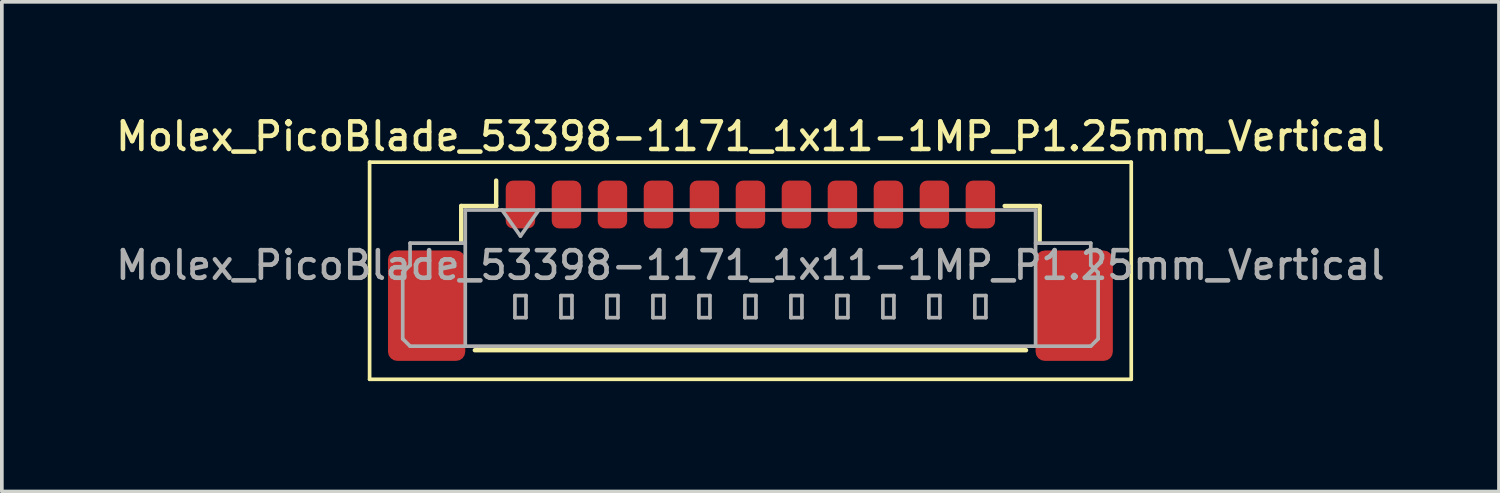
<source format=kicad_pcb>
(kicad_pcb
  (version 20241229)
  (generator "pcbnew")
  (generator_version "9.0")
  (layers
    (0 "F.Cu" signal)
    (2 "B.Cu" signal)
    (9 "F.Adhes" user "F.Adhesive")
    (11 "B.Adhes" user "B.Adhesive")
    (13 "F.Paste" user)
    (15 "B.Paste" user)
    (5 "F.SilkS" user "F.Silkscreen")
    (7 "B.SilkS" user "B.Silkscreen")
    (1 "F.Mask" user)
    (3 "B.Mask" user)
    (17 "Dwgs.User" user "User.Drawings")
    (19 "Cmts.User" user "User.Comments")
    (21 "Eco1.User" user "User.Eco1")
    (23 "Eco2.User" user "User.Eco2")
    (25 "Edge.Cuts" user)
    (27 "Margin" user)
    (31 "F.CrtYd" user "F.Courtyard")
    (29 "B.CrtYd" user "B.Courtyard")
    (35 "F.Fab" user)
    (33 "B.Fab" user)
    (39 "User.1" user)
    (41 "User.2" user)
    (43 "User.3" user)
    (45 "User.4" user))
  (footprint "Molex_PicoBlade_53398-1171_1x11-1MP_P1.25mm_Vertical"
    (layer "F.Cu")
    (at 17.345 3.758)
    (property "Reference" "Molex_PicoBlade_53398-1171_1x11-1MP_P1.25mm_Vertical" (at 0 -3.1 0) (layer "F.SilkS") (effects (font (size 0.75 0.75) (thickness 0.125))))
    (attr smd)
    (fp_line (start -10.35 -2.4) (end -10.35 3.5) (stroke (width 0.1) (type solid)) (layer "F.SilkS"))
    (fp_line (start -10.35 3.5) (end 10.35 3.5) (stroke (width 0.1) (type solid)) (layer "F.SilkS"))
    (fp_line (start -7.86 -1.21) (end -6.91 -1.21) (stroke (width 0.12) (type solid)) (layer "F.SilkS"))
    (fp_line (start -7.86 -0.26) (end -7.86 -1.21) (stroke (width 0.12) (type solid)) (layer "F.SilkS"))
    (fp_line (start -7.49 2.71) (end 7.49 2.71) (stroke (width 0.12) (type solid)) (layer "F.SilkS"))
    (fp_line (start -6.91 -1.21) (end -6.91 -1.9) (stroke (width 0.12) (type solid)) (layer "F.SilkS"))
    (fp_line (start 7.86 -1.21) (end 6.91 -1.21) (stroke (width 0.12) (type solid)) (layer "F.SilkS"))
    (fp_line (start 7.86 -0.26) (end 7.86 -1.21) (stroke (width 0.12) (type solid)) (layer "F.SilkS"))
    (fp_line (start 10.35 -2.4) (end -10.35 -2.4) (stroke (width 0.1) (type solid)) (layer "F.SilkS"))
    (fp_line (start 10.35 3.5) (end 10.35 -2.4) (stroke (width 0.1) (type solid)) (layer "F.SilkS"))
    (fp_line (start -9.45 0.6) (end -9.25 0.4) (stroke (width 0.1) (type solid)) (layer "F.Fab"))
    (fp_line (start -9.45 2.4) (end -9.45 0.6) (stroke (width 0.1) (type solid)) (layer "F.Fab"))
    (fp_line (start -9.25 -0.2) (end -7.75 -0.2) (stroke (width 0.1) (type solid)) (layer "F.Fab"))
    (fp_line (start -9.25 0.4) (end -9.25 -0.2) (stroke (width 0.1) (type solid)) (layer "F.Fab"))
    (fp_line (start -9.25 2.6) (end -9.45 2.4) (stroke (width 0.1) (type solid)) (layer "F.Fab"))
    (fp_line (start -7.75 -1.1) (end -7.75 2.6) (stroke (width 0.1) (type solid)) (layer "F.Fab"))
    (fp_line (start -7.75 -1.1) (end 7.75 -1.1) (stroke (width 0.1) (type solid)) (layer "F.Fab"))
    (fp_line (start -7.75 2.6) (end -9.25 2.6) (stroke (width 0.1) (type solid)) (layer "F.Fab"))
    (fp_line (start -7.75 2.6) (end 7.75 2.6) (stroke (width 0.1) (type solid)) (layer "F.Fab"))
    (fp_line (start -6.75 -1.1) (end -6.25 -0.393) (stroke (width 0.1) (type solid)) (layer "F.Fab"))
    (fp_line (start -6.4 1.225) (end -6.4 1.825) (stroke (width 0.1) (type solid)) (layer "F.Fab"))
    (fp_line (start -6.4 1.825) (end -6.1 1.825) (stroke (width 0.1) (type solid)) (layer "F.Fab"))
    (fp_line (start -6.25 -0.393) (end -5.75 -1.1) (stroke (width 0.1) (type solid)) (layer "F.Fab"))
    (fp_line (start -6.1 1.225) (end -6.4 1.225) (stroke (width 0.1) (type solid)) (layer "F.Fab"))
    (fp_line (start -6.1 1.825) (end -6.1 1.225) (stroke (width 0.1) (type solid)) (layer "F.Fab"))
    (fp_line (start -5.15 1.225) (end -5.15 1.825) (stroke (width 0.1) (type solid)) (layer "F.Fab"))
    (fp_line (start -5.15 1.825) (end -4.85 1.825) (stroke (width 0.1) (type solid)) (layer "F.Fab"))
    (fp_line (start -4.85 1.225) (end -5.15 1.225) (stroke (width 0.1) (type solid)) (layer "F.Fab"))
    (fp_line (start -4.85 1.825) (end -4.85 1.225) (stroke (width 0.1) (type solid)) (layer "F.Fab"))
    (fp_line (start -3.9 1.225) (end -3.9 1.825) (stroke (width 0.1) (type solid)) (layer "F.Fab"))
    (fp_line (start -3.9 1.825) (end -3.6 1.825) (stroke (width 0.1) (type solid)) (layer "F.Fab"))
    (fp_line (start -3.6 1.225) (end -3.9 1.225) (stroke (width 0.1) (type solid)) (layer "F.Fab"))
    (fp_line (start -3.6 1.825) (end -3.6 1.225) (stroke (width 0.1) (type solid)) (layer "F.Fab"))
    (fp_line (start -2.65 1.225) (end -2.65 1.825) (stroke (width 0.1) (type solid)) (layer "F.Fab"))
    (fp_line (start -2.65 1.825) (end -2.35 1.825) (stroke (width 0.1) (type solid)) (layer "F.Fab"))
    (fp_line (start -2.35 1.225) (end -2.65 1.225) (stroke (width 0.1) (type solid)) (layer "F.Fab"))
    (fp_line (start -2.35 1.825) (end -2.35 1.225) (stroke (width 0.1) (type solid)) (layer "F.Fab"))
    (fp_line (start -1.4 1.225) (end -1.4 1.825) (stroke (width 0.1) (type solid)) (layer "F.Fab"))
    (fp_line (start -1.4 1.825) (end -1.1 1.825) (stroke (width 0.1) (type solid)) (layer "F.Fab"))
    (fp_line (start -1.1 1.225) (end -1.4 1.225) (stroke (width 0.1) (type solid)) (layer "F.Fab"))
    (fp_line (start -1.1 1.825) (end -1.1 1.225) (stroke (width 0.1) (type solid)) (layer "F.Fab"))
    (fp_line (start -0.15 1.225) (end -0.15 1.825) (stroke (width 0.1) (type solid)) (layer "F.Fab"))
    (fp_line (start -0.15 1.825) (end 0.15 1.825) (stroke (width 0.1) (type solid)) (layer "F.Fab"))
    (fp_line (start 0.15 1.225) (end -0.15 1.225) (stroke (width 0.1) (type solid)) (layer "F.Fab"))
    (fp_line (start 0.15 1.825) (end 0.15 1.225) (stroke (width 0.1) (type solid)) (layer "F.Fab"))
    (fp_line (start 1.1 1.225) (end 1.1 1.825) (stroke (width 0.1) (type solid)) (layer "F.Fab"))
    (fp_line (start 1.1 1.825) (end 1.4 1.825) (stroke (width 0.1) (type solid)) (layer "F.Fab"))
    (fp_line (start 1.4 1.225) (end 1.1 1.225) (stroke (width 0.1) (type solid)) (layer "F.Fab"))
    (fp_line (start 1.4 1.825) (end 1.4 1.225) (stroke (width 0.1) (type solid)) (layer "F.Fab"))
    (fp_line (start 2.35 1.225) (end 2.35 1.825) (stroke (width 0.1) (type solid)) (layer "F.Fab"))
    (fp_line (start 2.35 1.825) (end 2.65 1.825) (stroke (width 0.1) (type solid)) (layer "F.Fab"))
    (fp_line (start 2.65 1.225) (end 2.35 1.225) (stroke (width 0.1) (type solid)) (layer "F.Fab"))
    (fp_line (start 2.65 1.825) (end 2.65 1.225) (stroke (width 0.1) (type solid)) (layer "F.Fab"))
    (fp_line (start 3.6 1.225) (end 3.6 1.825) (stroke (width 0.1) (type solid)) (layer "F.Fab"))
    (fp_line (start 3.6 1.825) (end 3.9 1.825) (stroke (width 0.1) (type solid)) (layer "F.Fab"))
    (fp_line (start 3.9 1.225) (end 3.6 1.225) (stroke (width 0.1) (type solid)) (layer "F.Fab"))
    (fp_line (start 3.9 1.825) (end 3.9 1.225) (stroke (width 0.1) (type solid)) (layer "F.Fab"))
    (fp_line (start 4.85 1.225) (end 4.85 1.825) (stroke (width 0.1) (type solid)) (layer "F.Fab"))
    (fp_line (start 4.85 1.825) (end 5.15 1.825) (stroke (width 0.1) (type solid)) (layer "F.Fab"))
    (fp_line (start 5.15 1.225) (end 4.85 1.225) (stroke (width 0.1) (type solid)) (layer "F.Fab"))
    (fp_line (start 5.15 1.825) (end 5.15 1.225) (stroke (width 0.1) (type solid)) (layer "F.Fab"))
    (fp_line (start 6.1 1.225) (end 6.1 1.825) (stroke (width 0.1) (type solid)) (layer "F.Fab"))
    (fp_line (start 6.1 1.825) (end 6.4 1.825) (stroke (width 0.1) (type solid)) (layer "F.Fab"))
    (fp_line (start 6.4 1.225) (end 6.1 1.225) (stroke (width 0.1) (type solid)) (layer "F.Fab"))
    (fp_line (start 6.4 1.825) (end 6.4 1.225) (stroke (width 0.1) (type solid)) (layer "F.Fab"))
    (fp_line (start 7.75 -1.1) (end 7.75 2.6) (stroke (width 0.1) (type solid)) (layer "F.Fab"))
    (fp_line (start 7.75 2.6) (end 9.25 2.6) (stroke (width 0.1) (type solid)) (layer "F.Fab"))
    (fp_line (start 9.25 -0.2) (end 7.75 -0.2) (stroke (width 0.1) (type solid)) (layer "F.Fab"))
    (fp_line (start 9.25 0.4) (end 9.25 -0.2) (stroke (width 0.1) (type solid)) (layer "F.Fab"))
    (fp_line (start 9.25 2.6) (end 9.45 2.4) (stroke (width 0.1) (type solid)) (layer "F.Fab"))
    (fp_line (start 9.45 0.6) (end 9.25 0.4) (stroke (width 0.1) (type solid)) (layer "F.Fab"))
    (fp_line (start 9.45 2.4) (end 9.45 0.6) (stroke (width 0.1) (type solid)) (layer "F.Fab"))
    (fp_text user "${REFERENCE}" (at 0 0.4 0) (layer "F.Fab") (effects (font (size 0.75 0.75) (thickness 0.125))))
    (pad "1" smd roundrect (at -6.25 -1.25) (size 0.8 1.3) (layers "F.Cu" "F.Mask" "F.Paste") (roundrect_rratio 0.25))
    (pad "2" smd roundrect (at -5 -1.25) (size 0.8 1.3) (layers "F.Cu" "F.Mask" "F.Paste") (roundrect_rratio 0.25))
    (pad "3" smd roundrect (at -3.75 -1.25) (size 0.8 1.3) (layers "F.Cu" "F.Mask" "F.Paste") (roundrect_rratio 0.25))
    (pad "4" smd roundrect (at -2.5 -1.25) (size 0.8 1.3) (layers "F.Cu" "F.Mask" "F.Paste") (roundrect_rratio 0.25))
    (pad "5" smd roundrect (at -1.25 -1.25) (size 0.8 1.3) (layers "F.Cu" "F.Mask" "F.Paste") (roundrect_rratio 0.25))
    (pad "6" smd roundrect (at 0 -1.25) (size 0.8 1.3) (layers "F.Cu" "F.Mask" "F.Paste") (roundrect_rratio 0.25))
    (pad "7" smd roundrect (at 1.25 -1.25) (size 0.8 1.3) (layers "F.Cu" "F.Mask" "F.Paste") (roundrect_rratio 0.25))
    (pad "8" smd roundrect (at 2.5 -1.25) (size 0.8 1.3) (layers "F.Cu" "F.Mask" "F.Paste") (roundrect_rratio 0.25))
    (pad "9" smd roundrect (at 3.75 -1.25) (size 0.8 1.3) (layers "F.Cu" "F.Mask" "F.Paste") (roundrect_rratio 0.25))
    (pad "10" smd roundrect (at 5 -1.25) (size 0.8 1.3) (layers "F.Cu" "F.Mask" "F.Paste") (roundrect_rratio 0.25))
    (pad "11" smd roundrect (at 6.25 -1.25) (size 0.8 1.3) (layers "F.Cu" "F.Mask" "F.Paste") (roundrect_rratio 0.25))
    (pad "MP" smd roundrect (at -8.8 1.5) (size 2.1 3) (layers "F.Cu" "F.Mask" "F.Paste") (roundrect_rratio 0.119))
    (pad "MP" smd roundrect (at 8.8 1.5) (size 2.1 3) (layers "F.Cu" "F.Mask" "F.Paste") (roundrect_rratio 0.119)))
  (gr_rect
    (start -3 -3)
    (end 37.689 10.308)
    (stroke (width 0.1) (type default))
    (fill no)
    (layer "Edge.Cuts")))
</source>
